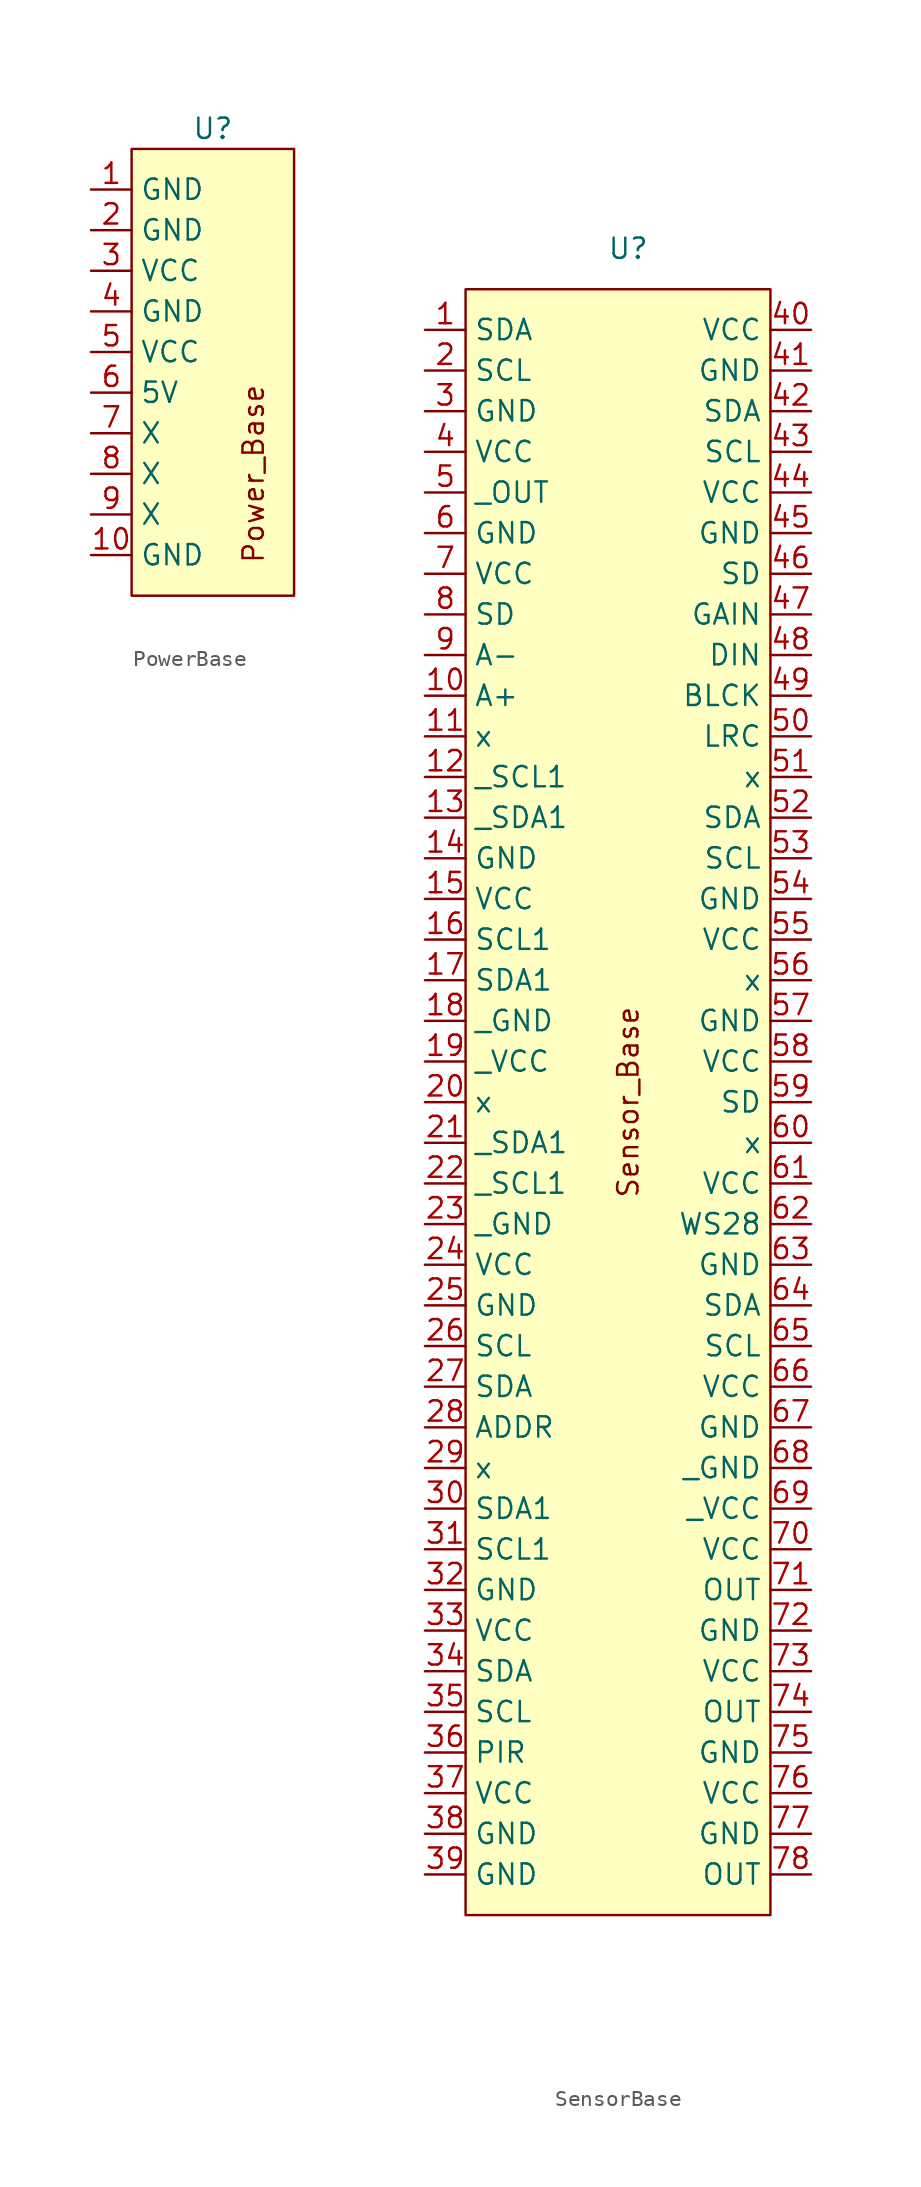
<source format=kicad_sym>
(kicad_symbol_lib
  (version 20220914)
  (generator kicad_symbol_editor)
  (symbol "PowerBase"
    (property "Reference" "U"
      (at 0 0 0)
      (effects (font (size 1.27 1.27))))
    (property "Value" ""
      (at 0 0 0)
      (effects (font (size 1.27 1.27))))
    (symbol "PowerBase_1_1"
      (rectangle (start -5.08 -1.27) (end 5.08 -29.21) (stroke (width 0) (type default)) (fill (type background)))
      (text "Power_Base" (at 2.54 -21.59 900) (effects (font (size 1.27 1.27))))
      (pin bidirectional line (at -7.62 -3.81 0) (length 2.54) (name "GND" (effects (font (size 1.27 1.27)))) (number "1" (effects (font (size 1.27 1.27)))))
      (pin bidirectional line (at -7.62 -26.67 0) (length 2.54) (name "GND" (effects (font (size 1.27 1.27)))) (number "10" (effects (font (size 1.27 1.27)))))
      (pin bidirectional line (at -7.62 -6.35 0) (length 2.54) (name "GND" (effects (font (size 1.27 1.27)))) (number "2" (effects (font (size 1.27 1.27)))))
      (pin bidirectional line (at -7.62 -8.89 0) (length 2.54) (name "VCC" (effects (font (size 1.27 1.27)))) (number "3" (effects (font (size 1.27 1.27)))))
      (pin bidirectional line (at -7.62 -11.43 0) (length 2.54) (name "GND" (effects (font (size 1.27 1.27)))) (number "4" (effects (font (size 1.27 1.27)))))
      (pin bidirectional line (at -7.62 -13.97 0) (length 2.54) (name "VCC" (effects (font (size 1.27 1.27)))) (number "5" (effects (font (size 1.27 1.27)))))
      (pin bidirectional line (at -7.62 -16.51 0) (length 2.54) (name "5V" (effects (font (size 1.27 1.27)))) (number "6" (effects (font (size 1.27 1.27)))))
      (pin bidirectional line (at -7.62 -19.05 0) (length 2.54) (name "X" (effects (font (size 1.27 1.27)))) (number "7" (effects (font (size 1.27 1.27)))))
      (pin bidirectional line (at -7.62 -21.59 0) (length 2.54) (name "X" (effects (font (size 1.27 1.27)))) (number "8" (effects (font (size 1.27 1.27)))))
      (pin bidirectional line (at -7.62 -24.13 0) (length 2.54) (name "X" (effects (font (size 1.27 1.27)))) (number "9" (effects (font (size 1.27 1.27)))))))
  (symbol "SensorBase"
    (property "Reference" "U"
      (at 0 0 0)
      (effects (font (size 1.27 1.27))))
    (property "Value" ""
      (at 0 0 0)
      (effects (font (size 1.27 1.27))))
    (symbol "SensorBase_1_1"
      (rectangle (start -10.16 -2.54) (end 8.89 -104.14) (stroke (width 0) (type default)) (fill (type background)))
      (text "Sensor_Base\n" (at 0 -53.34 900) (effects (font (size 1.27 1.27))))
      (pin bidirectional line (at -12.7 -5.08 0) (length 2.54) (name "SDA" (effects (font (size 1.27 1.27)))) (number "1" (effects (font (size 1.27 1.27)))))
      (pin bidirectional line (at -12.7 -27.94 0) (length 2.54) (name "A+" (effects (font (size 1.27 1.27)))) (number "10" (effects (font (size 1.27 1.27)))))
      (pin bidirectional line (at -12.7 -30.48 0) (length 2.54) (name "x" (effects (font (size 1.27 1.27)))) (number "11" (effects (font (size 1.27 1.27)))))
      (pin bidirectional line (at -12.7 -33.02 0) (length 2.54) (name "_SCL1" (effects (font (size 1.27 1.27)))) (number "12" (effects (font (size 1.27 1.27)))))
      (pin bidirectional line (at -12.7 -35.56 0) (length 2.54) (name "_SDA1" (effects (font (size 1.27 1.27)))) (number "13" (effects (font (size 1.27 1.27)))))
      (pin bidirectional line (at -12.7 -38.1 0) (length 2.54) (name "GND" (effects (font (size 1.27 1.27)))) (number "14" (effects (font (size 1.27 1.27)))))
      (pin bidirectional line (at -12.7 -40.64 0) (length 2.54) (name "VCC" (effects (font (size 1.27 1.27)))) (number "15" (effects (font (size 1.27 1.27)))))
      (pin bidirectional line (at -12.7 -43.18 0) (length 2.54) (name "SCL1" (effects (font (size 1.27 1.27)))) (number "16" (effects (font (size 1.27 1.27)))))
      (pin bidirectional line (at -12.7 -45.72 0) (length 2.54) (name "SDA1" (effects (font (size 1.27 1.27)))) (number "17" (effects (font (size 1.27 1.27)))))
      (pin bidirectional line (at -12.7 -48.26 0) (length 2.54) (name "_GND" (effects (font (size 1.27 1.27)))) (number "18" (effects (font (size 1.27 1.27)))))
      (pin bidirectional line (at -12.7 -50.8 0) (length 2.54) (name "_VCC" (effects (font (size 1.27 1.27)))) (number "19" (effects (font (size 1.27 1.27)))))
      (pin bidirectional line (at -12.7 -7.62 0) (length 2.54) (name "SCL" (effects (font (size 1.27 1.27)))) (number "2" (effects (font (size 1.27 1.27)))))
      (pin bidirectional line (at -12.7 -53.34 0) (length 2.54) (name "x" (effects (font (size 1.27 1.27)))) (number "20" (effects (font (size 1.27 1.27)))))
      (pin bidirectional line (at -12.7 -55.88 0) (length 2.54) (name "_SDA1" (effects (font (size 1.27 1.27)))) (number "21" (effects (font (size 1.27 1.27)))))
      (pin bidirectional line (at -12.7 -58.42 0) (length 2.54) (name "_SCL1" (effects (font (size 1.27 1.27)))) (number "22" (effects (font (size 1.27 1.27)))))
      (pin bidirectional line (at -12.7 -60.96 0) (length 2.54) (name "_GND" (effects (font (size 1.27 1.27)))) (number "23" (effects (font (size 1.27 1.27)))))
      (pin bidirectional line (at -12.7 -63.5 0) (length 2.54) (name "VCC" (effects (font (size 1.27 1.27)))) (number "24" (effects (font (size 1.27 1.27)))))
      (pin bidirectional line (at -12.7 -66.04 0) (length 2.54) (name "GND" (effects (font (size 1.27 1.27)))) (number "25" (effects (font (size 1.27 1.27)))))
      (pin bidirectional line (at -12.7 -68.58 0) (length 2.54) (name "SCL" (effects (font (size 1.27 1.27)))) (number "26" (effects (font (size 1.27 1.27)))))
      (pin bidirectional line (at -12.7 -71.12 0) (length 2.54) (name "SDA" (effects (font (size 1.27 1.27)))) (number "27" (effects (font (size 1.27 1.27)))))
      (pin bidirectional line (at -12.7 -73.66 0) (length 2.54) (name "ADDR" (effects (font (size 1.27 1.27)))) (number "28" (effects (font (size 1.27 1.27)))))
      (pin bidirectional line (at -12.7 -76.2 0) (length 2.54) (name "x" (effects (font (size 1.27 1.27)))) (number "29" (effects (font (size 1.27 1.27)))))
      (pin bidirectional line (at -12.7 -10.16 0) (length 2.54) (name "GND" (effects (font (size 1.27 1.27)))) (number "3" (effects (font (size 1.27 1.27)))))
      (pin bidirectional line (at -12.7 -78.74 0) (length 2.54) (name "SDA1" (effects (font (size 1.27 1.27)))) (number "30" (effects (font (size 1.27 1.27)))))
      (pin bidirectional line (at -12.7 -81.28 0) (length 2.54) (name "SCL1" (effects (font (size 1.27 1.27)))) (number "31" (effects (font (size 1.27 1.27)))))
      (pin bidirectional line (at -12.7 -83.82 0) (length 2.54) (name "GND" (effects (font (size 1.27 1.27)))) (number "32" (effects (font (size 1.27 1.27)))))
      (pin bidirectional line (at -12.7 -86.36 0) (length 2.54) (name "VCC" (effects (font (size 1.27 1.27)))) (number "33" (effects (font (size 1.27 1.27)))))
      (pin bidirectional line (at -12.7 -88.9 0) (length 2.54) (name "SDA" (effects (font (size 1.27 1.27)))) (number "34" (effects (font (size 1.27 1.27)))))
      (pin bidirectional line (at -12.7 -91.44 0) (length 2.54) (name "SCL" (effects (font (size 1.27 1.27)))) (number "35" (effects (font (size 1.27 1.27)))))
      (pin bidirectional line (at -12.7 -93.98 0) (length 2.54) (name "PIR" (effects (font (size 1.27 1.27)))) (number "36" (effects (font (size 1.27 1.27)))))
      (pin bidirectional line (at -12.7 -96.52 0) (length 2.54) (name "VCC" (effects (font (size 1.27 1.27)))) (number "37" (effects (font (size 1.27 1.27)))))
      (pin bidirectional line (at -12.7 -99.06 0) (length 2.54) (name "GND" (effects (font (size 1.27 1.27)))) (number "38" (effects (font (size 1.27 1.27)))))
      (pin bidirectional line (at -12.7 -101.6 0) (length 2.54) (name "GND" (effects (font (size 1.27 1.27)))) (number "39" (effects (font (size 1.27 1.27)))))
      (pin bidirectional line (at -12.7 -12.7 0) (length 2.54) (name "VCC" (effects (font (size 1.27 1.27)))) (number "4" (effects (font (size 1.27 1.27)))))
      (pin bidirectional line (at 11.43 -5.08 180) (length 2.54) (name "VCC" (effects (font (size 1.27 1.27)))) (number "40" (effects (font (size 1.27 1.27)))))
      (pin bidirectional line (at 11.43 -7.62 180) (length 2.54) (name "GND" (effects (font (size 1.27 1.27)))) (number "41" (effects (font (size 1.27 1.27)))))
      (pin bidirectional line (at 11.43 -10.16 180) (length 2.54) (name "SDA" (effects (font (size 1.27 1.27)))) (number "42" (effects (font (size 1.27 1.27)))))
      (pin bidirectional line (at 11.43 -12.7 180) (length 2.54) (name "SCL" (effects (font (size 1.27 1.27)))) (number "43" (effects (font (size 1.27 1.27)))))
      (pin bidirectional line (at 11.43 -15.24 180) (length 2.54) (name "VCC" (effects (font (size 1.27 1.27)))) (number "44" (effects (font (size 1.27 1.27)))))
      (pin bidirectional line (at 11.43 -17.78 180) (length 2.54) (name "GND" (effects (font (size 1.27 1.27)))) (number "45" (effects (font (size 1.27 1.27)))))
      (pin bidirectional line (at 11.43 -20.32 180) (length 2.54) (name "SD" (effects (font (size 1.27 1.27)))) (number "46" (effects (font (size 1.27 1.27)))))
      (pin bidirectional line (at 11.43 -22.86 180) (length 2.54) (name "GAIN" (effects (font (size 1.27 1.27)))) (number "47" (effects (font (size 1.27 1.27)))))
      (pin bidirectional line (at 11.43 -25.4 180) (length 2.54) (name "DIN" (effects (font (size 1.27 1.27)))) (number "48" (effects (font (size 1.27 1.27)))))
      (pin bidirectional line (at 11.43 -27.94 180) (length 2.54) (name "BLCK" (effects (font (size 1.27 1.27)))) (number "49" (effects (font (size 1.27 1.27)))))
      (pin bidirectional line (at -12.7 -15.24 0) (length 2.54) (name "_OUT" (effects (font (size 1.27 1.27)))) (number "5" (effects (font (size 1.27 1.27)))))
      (pin bidirectional line (at 11.43 -30.48 180) (length 2.54) (name "LRC" (effects (font (size 1.27 1.27)))) (number "50" (effects (font (size 1.27 1.27)))))
      (pin bidirectional line (at 11.43 -33.02 180) (length 2.54) (name "x" (effects (font (size 1.27 1.27)))) (number "51" (effects (font (size 1.27 1.27)))))
      (pin bidirectional line (at 11.43 -35.56 180) (length 2.54) (name "SDA" (effects (font (size 1.27 1.27)))) (number "52" (effects (font (size 1.27 1.27)))))
      (pin bidirectional line (at 11.43 -38.1 180) (length 2.54) (name "SCL" (effects (font (size 1.27 1.27)))) (number "53" (effects (font (size 1.27 1.27)))))
      (pin bidirectional line (at 11.43 -40.64 180) (length 2.54) (name "GND" (effects (font (size 1.27 1.27)))) (number "54" (effects (font (size 1.27 1.27)))))
      (pin bidirectional line (at 11.43 -43.18 180) (length 2.54) (name "VCC" (effects (font (size 1.27 1.27)))) (number "55" (effects (font (size 1.27 1.27)))))
      (pin bidirectional line (at 11.43 -45.72 180) (length 2.54) (name "x" (effects (font (size 1.27 1.27)))) (number "56" (effects (font (size 1.27 1.27)))))
      (pin bidirectional line (at 11.43 -48.26 180) (length 2.54) (name "GND" (effects (font (size 1.27 1.27)))) (number "57" (effects (font (size 1.27 1.27)))))
      (pin bidirectional line (at 11.43 -50.8 180) (length 2.54) (name "VCC" (effects (font (size 1.27 1.27)))) (number "58" (effects (font (size 1.27 1.27)))))
      (pin bidirectional line (at 11.43 -53.34 180) (length 2.54) (name "SD" (effects (font (size 1.27 1.27)))) (number "59" (effects (font (size 1.27 1.27)))))
      (pin bidirectional line (at -12.7 -17.78 0) (length 2.54) (name "GND" (effects (font (size 1.27 1.27)))) (number "6" (effects (font (size 1.27 1.27)))))
      (pin bidirectional line (at 11.43 -55.88 180) (length 2.54) (name "x" (effects (font (size 1.27 1.27)))) (number "60" (effects (font (size 1.27 1.27)))))
      (pin bidirectional line (at 11.43 -58.42 180) (length 2.54) (name "VCC" (effects (font (size 1.27 1.27)))) (number "61" (effects (font (size 1.27 1.27)))))
      (pin bidirectional line (at 11.43 -60.96 180) (length 2.54) (name "WS28" (effects (font (size 1.27 1.27)))) (number "62" (effects (font (size 1.27 1.27)))))
      (pin bidirectional line (at 11.43 -63.5 180) (length 2.54) (name "GND" (effects (font (size 1.27 1.27)))) (number "63" (effects (font (size 1.27 1.27)))))
      (pin bidirectional line (at 11.43 -66.04 180) (length 2.54) (name "SDA" (effects (font (size 1.27 1.27)))) (number "64" (effects (font (size 1.27 1.27)))))
      (pin bidirectional line (at 11.43 -68.58 180) (length 2.54) (name "SCL" (effects (font (size 1.27 1.27)))) (number "65" (effects (font (size 1.27 1.27)))))
      (pin bidirectional line (at 11.43 -71.12 180) (length 2.54) (name "VCC" (effects (font (size 1.27 1.27)))) (number "66" (effects (font (size 1.27 1.27)))))
      (pin bidirectional line (at 11.43 -73.66 180) (length 2.54) (name "GND" (effects (font (size 1.27 1.27)))) (number "67" (effects (font (size 1.27 1.27)))))
      (pin bidirectional line (at 11.43 -76.2 180) (length 2.54) (name "_GND" (effects (font (size 1.27 1.27)))) (number "68" (effects (font (size 1.27 1.27)))))
      (pin bidirectional line (at 11.43 -78.74 180) (length 2.54) (name "_VCC" (effects (font (size 1.27 1.27)))) (number "69" (effects (font (size 1.27 1.27)))))
      (pin bidirectional line (at -12.7 -20.32 0) (length 2.54) (name "VCC" (effects (font (size 1.27 1.27)))) (number "7" (effects (font (size 1.27 1.27)))))
      (pin bidirectional line (at 11.43 -81.28 180) (length 2.54) (name "VCC" (effects (font (size 1.27 1.27)))) (number "70" (effects (font (size 1.27 1.27)))))
      (pin bidirectional line (at 11.43 -83.82 180) (length 2.54) (name "OUT" (effects (font (size 1.27 1.27)))) (number "71" (effects (font (size 1.27 1.27)))))
      (pin bidirectional line (at 11.43 -86.36 180) (length 2.54) (name "GND" (effects (font (size 1.27 1.27)))) (number "72" (effects (font (size 1.27 1.27)))))
      (pin bidirectional line (at 11.43 -88.9 180) (length 2.54) (name "VCC" (effects (font (size 1.27 1.27)))) (number "73" (effects (font (size 1.27 1.27)))))
      (pin bidirectional line (at 11.43 -91.44 180) (length 2.54) (name "OUT" (effects (font (size 1.27 1.27)))) (number "74" (effects (font (size 1.27 1.27)))))
      (pin bidirectional line (at 11.43 -93.98 180) (length 2.54) (name "GND" (effects (font (size 1.27 1.27)))) (number "75" (effects (font (size 1.27 1.27)))))
      (pin bidirectional line (at 11.43 -96.52 180) (length 2.54) (name "VCC" (effects (font (size 1.27 1.27)))) (number "76" (effects (font (size 1.27 1.27)))))
      (pin bidirectional line (at 11.43 -99.06 180) (length 2.54) (name "GND" (effects (font (size 1.27 1.27)))) (number "77" (effects (font (size 1.27 1.27)))))
      (pin bidirectional line (at 11.43 -101.6 180) (length 2.54) (name "OUT" (effects (font (size 1.27 1.27)))) (number "78" (effects (font (size 1.27 1.27)))))
      (pin bidirectional line (at -12.7 -22.86 0) (length 2.54) (name "SD" (effects (font (size 1.27 1.27)))) (number "8" (effects (font (size 1.27 1.27)))))
      (pin bidirectional line (at -12.7 -25.4 0) (length 2.54) (name "A-" (effects (font (size 1.27 1.27)))) (number "9" (effects (font (size 1.27 1.27))))))))
</source>
